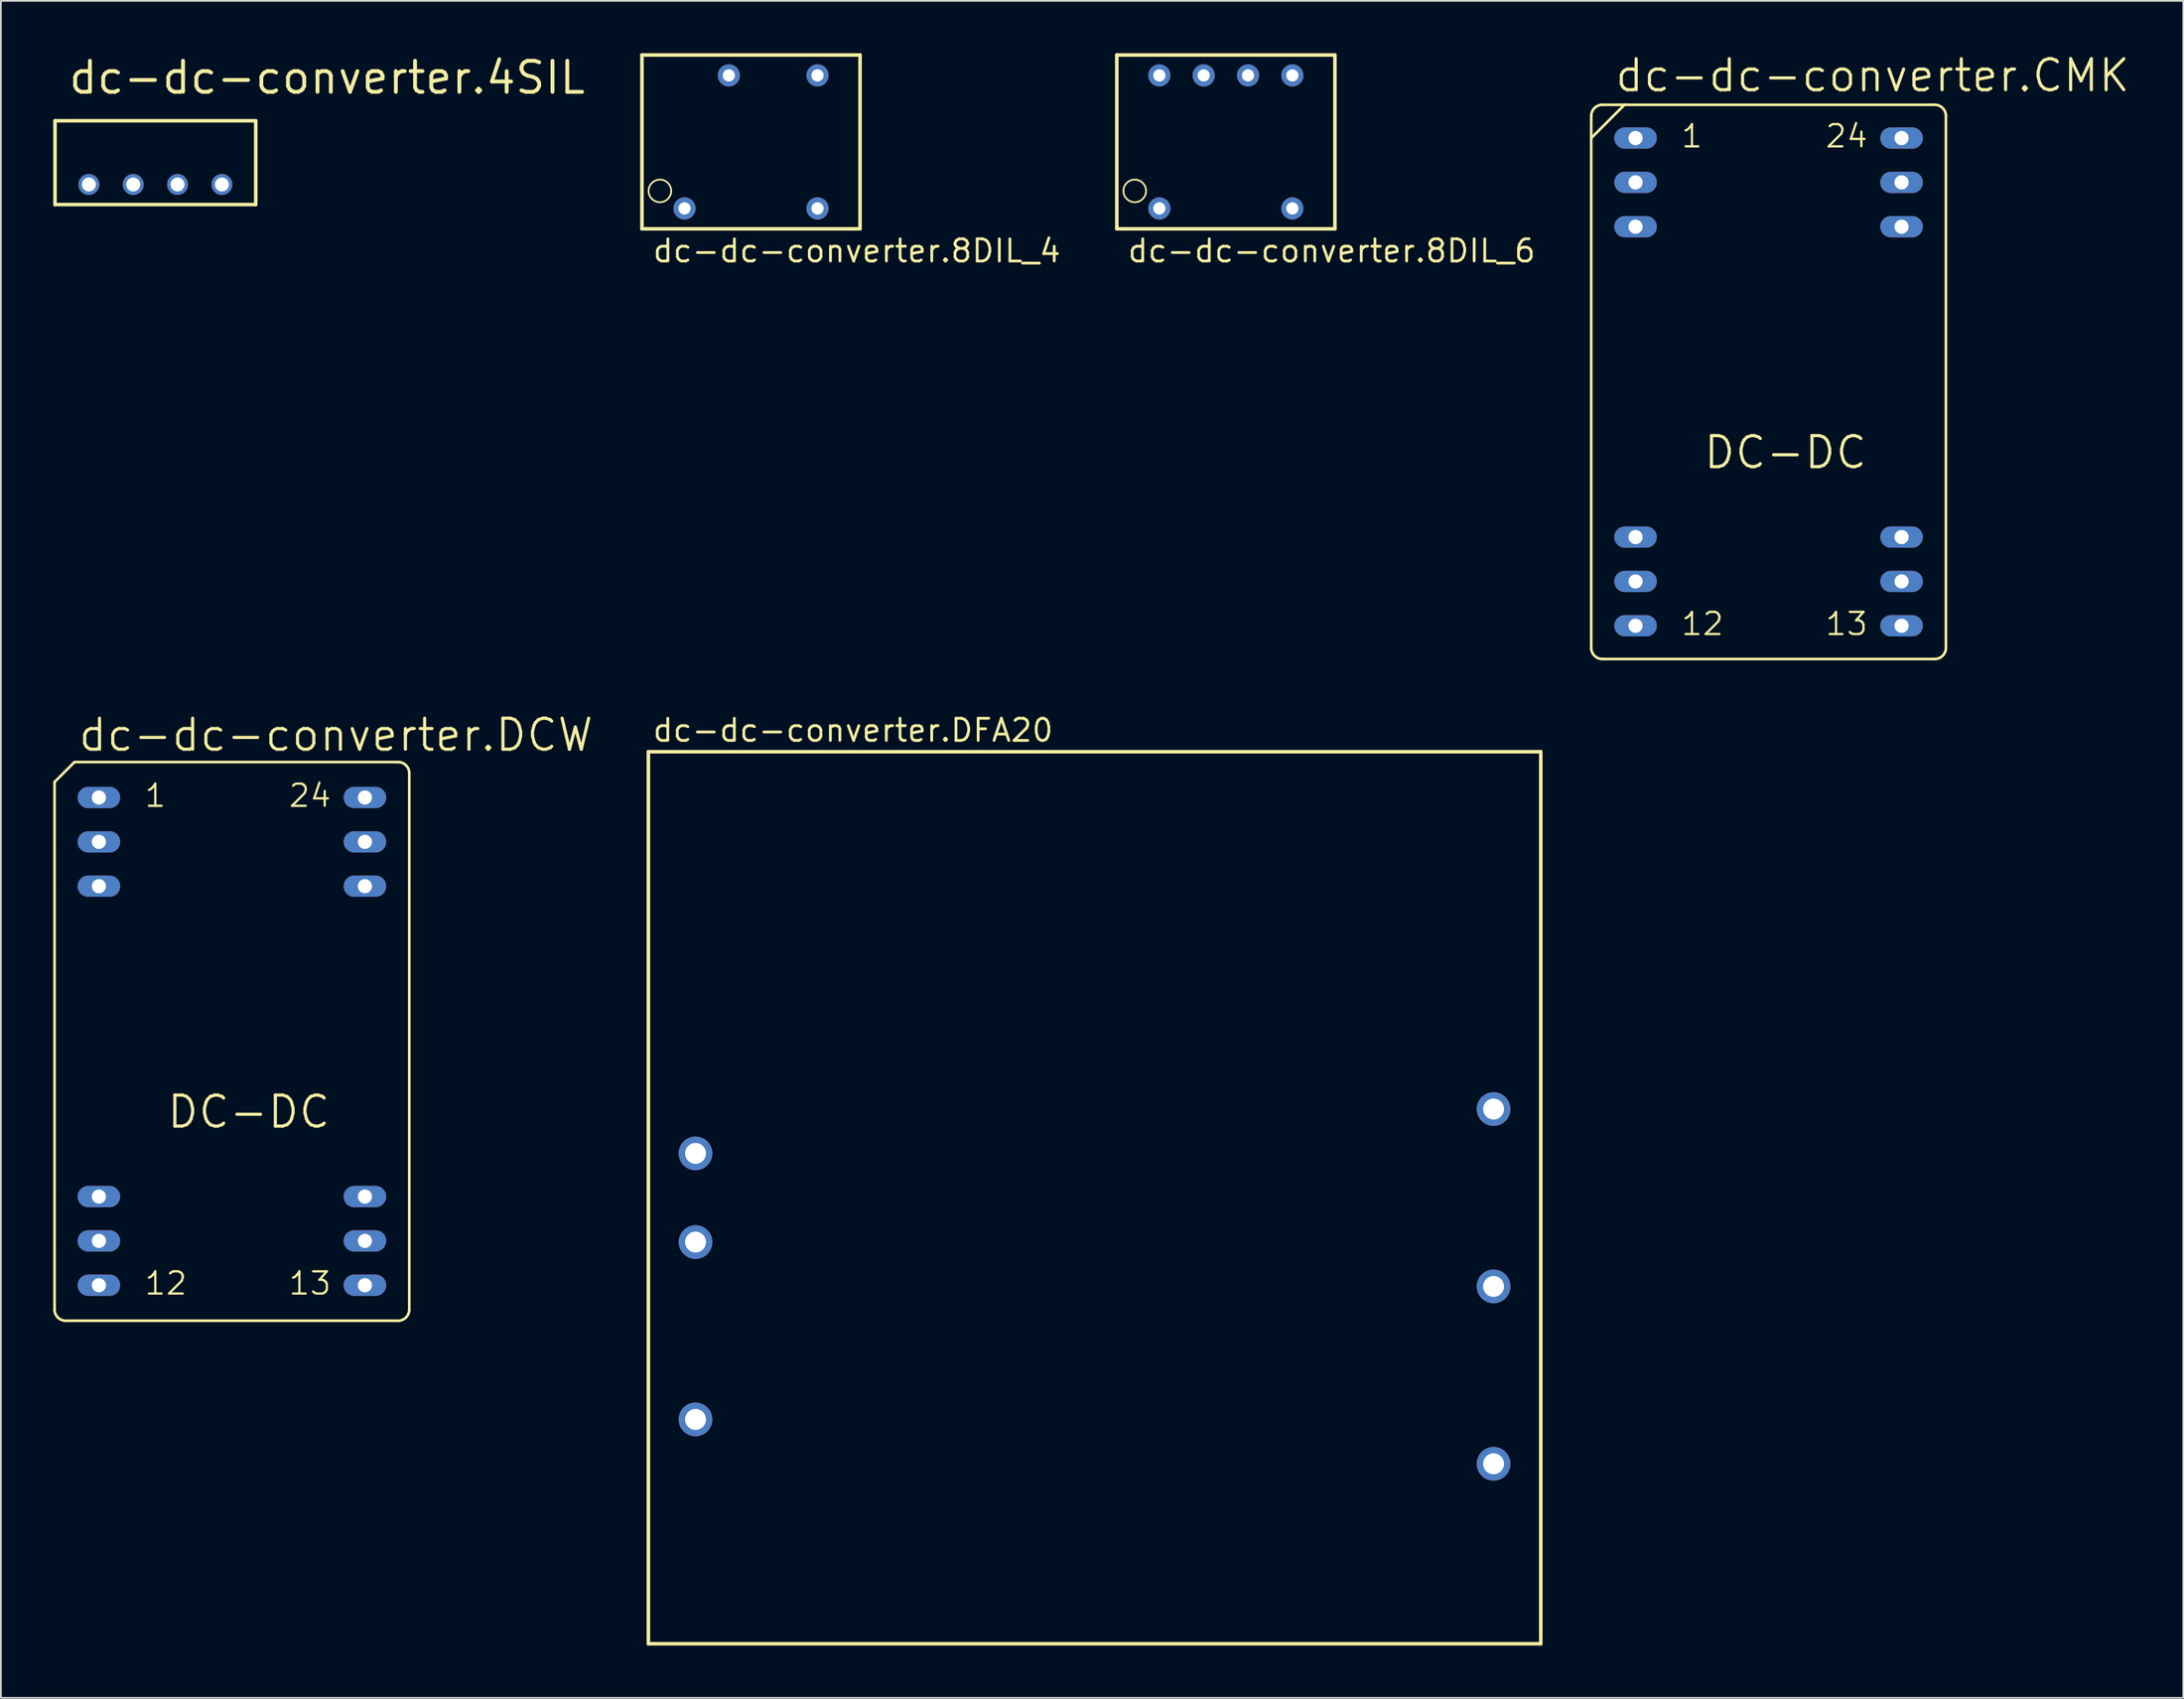
<source format=kicad_pcb>
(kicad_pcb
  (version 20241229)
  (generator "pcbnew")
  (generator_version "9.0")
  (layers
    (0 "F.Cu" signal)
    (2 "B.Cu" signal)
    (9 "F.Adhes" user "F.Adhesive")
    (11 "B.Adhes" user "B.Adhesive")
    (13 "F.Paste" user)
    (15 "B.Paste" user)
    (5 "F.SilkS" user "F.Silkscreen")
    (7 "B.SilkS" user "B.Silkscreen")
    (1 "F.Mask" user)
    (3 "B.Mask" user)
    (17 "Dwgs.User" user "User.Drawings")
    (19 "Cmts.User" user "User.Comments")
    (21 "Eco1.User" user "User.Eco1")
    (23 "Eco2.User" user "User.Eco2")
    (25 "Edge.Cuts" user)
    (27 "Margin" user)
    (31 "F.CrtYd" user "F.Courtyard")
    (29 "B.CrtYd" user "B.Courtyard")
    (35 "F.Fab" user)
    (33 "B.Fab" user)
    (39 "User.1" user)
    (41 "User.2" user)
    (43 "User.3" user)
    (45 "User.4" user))
  (footprint "dc-dc-converter.DCW"
    (layer "F.Cu")
    (at 10.236 56.607)
    (property "Reference" "dc-dc-converter.DCW" (at -8.89 -16.51 0) (layer "F.SilkS") (effects (font (size 1.778 1.778) (thickness 0.18)) (justify left bottom)))
    (attr through_hole)
    (fp_line (start -10.16 -14.859) (end -9.017 -16.002) (stroke (width 0.152) (type default)) (layer "F.SilkS"))
    (fp_line (start -10.16 15.367) (end -10.16 -14.859) (stroke (width 0.152) (type default)) (layer "F.SilkS"))
    (fp_line (start -9.525 16.002) (end 9.525 16.002) (stroke (width 0.152) (type default)) (layer "F.SilkS"))
    (fp_line (start -9.017 -16.002) (end 9.525 -16.002) (stroke (width 0.152) (type default)) (layer "F.SilkS"))
    (fp_line (start 10.16 -15.367) (end 10.16 15.367) (stroke (width 0.152) (type default)) (layer "F.SilkS"))
    (fp_arc (start -9.525 16.002) (mid -9.974013 15.816013) (end -10.16 15.367) (stroke (width 0.1524) (type default)) (layer "F.SilkS"))
    (fp_arc (start 9.525 -16.002) (mid 9.974013 -15.816013) (end 10.16 -15.367) (stroke (width 0.1524) (type default)) (layer "F.SilkS"))
    (fp_arc (start 10.16 15.367) (mid 9.974013 15.816013) (end 9.525 16.002) (stroke (width 0.1524) (type default)) (layer "F.SilkS"))
    (fp_text user "24" (at 3.175 -13.335 0) (layer "F.SilkS") (effects (font (size 1.27 1.27) (thickness 0.13)) (justify left bottom)))
    (fp_text user "13" (at 3.175 14.605 0) (layer "F.SilkS") (effects (font (size 1.27 1.27) (thickness 0.13)) (justify left bottom)))
    (fp_text user "1" (at -5.08 -13.335 0) (layer "F.SilkS") (effects (font (size 1.27 1.27) (thickness 0.13)) (justify left bottom)))
    (fp_text user "12" (at -5.08 14.605 0) (layer "F.SilkS") (effects (font (size 1.27 1.27) (thickness 0.13)) (justify left bottom)))
    (fp_text user "DC-DC" (at -3.81 5.08 0) (layer "F.SilkS") (effects (font (size 1.778 1.778) (thickness 0.18)) (justify left bottom)))
    (pad "1" thru_hole oval (at -7.62 -13.97) (size 2.438 1.219) (drill 0.813) (layers "*.Cu" "*.Mask"))
    (pad "2" thru_hole oval (at -7.62 -11.43) (size 2.438 1.219) (drill 0.813) (layers "*.Cu" "*.Mask"))
    (pad "3" thru_hole oval (at -7.62 -8.89) (size 2.438 1.219) (drill 0.813) (layers "*.Cu" "*.Mask"))
    (pad "10" thru_hole oval (at -7.62 8.89) (size 2.438 1.219) (drill 0.813) (layers "*.Cu" "*.Mask"))
    (pad "11" thru_hole oval (at -7.62 11.43) (size 2.438 1.219) (drill 0.813) (layers "*.Cu" "*.Mask"))
    (pad "12" thru_hole oval (at -7.62 13.97) (size 2.438 1.219) (drill 0.813) (layers "*.Cu" "*.Mask"))
    (pad "13" thru_hole oval (at 7.62 13.97) (size 2.438 1.219) (drill 0.813) (layers "*.Cu" "*.Mask"))
    (pad "14" thru_hole oval (at 7.62 11.43) (size 2.438 1.219) (drill 0.813) (layers "*.Cu" "*.Mask"))
    (pad "15" thru_hole oval (at 7.62 8.89) (size 2.438 1.219) (drill 0.813) (layers "*.Cu" "*.Mask"))
    (pad "22" thru_hole oval (at 7.62 -8.89) (size 2.438 1.219) (drill 0.813) (layers "*.Cu" "*.Mask"))
    (pad "23" thru_hole oval (at 7.62 -11.43) (size 2.438 1.219) (drill 0.813) (layers "*.Cu" "*.Mask"))
    (pad "24" thru_hole oval (at 7.62 -13.97) (size 2.438 1.219) (drill 0.813) (layers "*.Cu" "*.Mask")))
  (footprint "dc-dc-converter.8DIL_4"
    (layer "F.Cu")
    (at 39.975 5.08)
    (property "Reference" "dc-dc-converter.8DIL_4" (at -5.715 6.985 0) (layer "F.SilkS") (effects (font (size 1.27 1.27) (thickness 0.16)) (justify left bottom)))
    (attr through_hole)
    (fp_line (start -6.248 -4.978) (end 6.248 -4.978) (stroke (width 0.203) (type default)) (layer "F.SilkS"))
    (fp_line (start -6.248 4.978) (end -6.248 -4.978) (stroke (width 0.203) (type default)) (layer "F.SilkS"))
    (fp_line (start 6.248 -4.978) (end 6.248 4.978) (stroke (width 0.203) (type default)) (layer "F.SilkS"))
    (fp_line (start 6.248 4.978) (end -6.248 4.978) (stroke (width 0.203) (type default)) (layer "F.SilkS"))
    (fp_circle (center -5.22 2.807) (end -4.572 2.807) (stroke (width 0.1) (type default)) (fill no) (layer "F.SilkS"))
    (pad "1" thru_hole circle (at -3.81 3.81) (size 1.27 1.27) (drill 0.7) (layers "*.Cu" "*.Mask"))
    (pad "4" thru_hole circle (at 3.81 3.81) (size 1.27 1.27) (drill 0.7) (layers "*.Cu" "*.Mask"))
    (pad "5" thru_hole circle (at 3.81 -3.81) (size 1.27 1.27) (drill 0.7) (layers "*.Cu" "*.Mask"))
    (pad "7" thru_hole circle (at -1.27 -3.81) (size 1.27 1.27) (drill 0.7) (layers "*.Cu" "*.Mask")))
  (footprint "dc-dc-converter.DFA20"
    (layer "F.Cu")
    (at 59.656 65.564)
    (property "Reference" "dc-dc-converter.DFA20" (at -25.4 -26.035 0) (layer "F.SilkS") (effects (font (size 1.27 1.27) (thickness 0.16)) (justify left bottom)))
    (attr through_hole)
    (fp_line (start -25.56 -25.55) (end 25.565 -25.55) (stroke (width 0.203) (type default)) (layer "F.SilkS"))
    (fp_line (start -25.56 25.55) (end -25.56 -25.55) (stroke (width 0.203) (type default)) (layer "F.SilkS"))
    (fp_line (start 25.565 -25.55) (end 25.565 25.55) (stroke (width 0.203) (type default)) (layer "F.SilkS"))
    (fp_line (start 25.565 25.55) (end -25.56 25.55) (stroke (width 0.203) (type default)) (layer "F.SilkS"))
    (pad "1" thru_hole circle (at -22.86 -2.54 180) (size 1.93 1.93) (drill 1.2) (layers "*.Cu" "*.Mask"))
    (pad "2" thru_hole circle (at -22.86 2.54 180) (size 1.93 1.93) (drill 1.2) (layers "*.Cu" "*.Mask"))
    (pad "3" thru_hole circle (at -22.86 12.7 180) (size 1.93 1.93) (drill 1.2) (layers "*.Cu" "*.Mask"))
    (pad "5" thru_hole circle (at 22.86 -5.08 180) (size 1.93 1.93) (drill 1.2) (layers "*.Cu" "*.Mask"))
    (pad "6" thru_hole circle (at 22.86 5.08 180) (size 1.93 1.93) (drill 1.2) (layers "*.Cu" "*.Mask"))
    (pad "7" thru_hole circle (at 22.86 15.24 180) (size 1.93 1.93) (drill 1.2) (layers "*.Cu" "*.Mask")))
  (footprint "dc-dc-converter.4SIL"
    (layer "F.Cu")
    (at 5.852 7.518)
    (property "Reference" "dc-dc-converter.4SIL" (at -5.08 -5.08 0) (layer "F.SilkS") (effects (font (size 1.778 1.778) (thickness 0.22)) (justify left bottom)))
    (attr through_hole)
    (fp_line (start -5.75 -3.65) (end 5.75 -3.65) (stroke (width 0.203) (type default)) (layer "F.SilkS"))
    (fp_line (start -5.75 1.15) (end -5.75 -3.65) (stroke (width 0.203) (type default)) (layer "F.SilkS"))
    (fp_line (start 5.75 -3.65) (end 5.75 1.15) (stroke (width 0.203) (type default)) (layer "F.SilkS"))
    (fp_line (start 5.75 1.15) (end -5.75 1.15) (stroke (width 0.203) (type default)) (layer "F.SilkS"))
    (pad "1" thru_hole circle (at -3.81 0) (size 1.2 1.2) (drill 0.8) (layers "*.Cu" "*.Mask"))
    (pad "2" thru_hole circle (at -1.27 0) (size 1.2 1.2) (drill 0.8) (layers "*.Cu" "*.Mask"))
    (pad "3" thru_hole circle (at 1.27 0) (size 1.2 1.2) (drill 0.8) (layers "*.Cu" "*.Mask"))
    (pad "4" thru_hole circle (at 3.81 0) (size 1.2 1.2) (drill 0.8) (layers "*.Cu" "*.Mask")))
  (footprint "dc-dc-converter.8DIL_6"
    (layer "F.Cu")
    (at 67.179 5.08)
    (property "Reference" "dc-dc-converter.8DIL_6" (at -5.715 6.985 0) (layer "F.SilkS") (effects (font (size 1.27 1.27) (thickness 0.16)) (justify left bottom)))
    (attr through_hole)
    (fp_line (start -6.248 -4.978) (end 6.248 -4.978) (stroke (width 0.203) (type default)) (layer "F.SilkS"))
    (fp_line (start -6.248 4.978) (end -6.248 -4.978) (stroke (width 0.203) (type default)) (layer "F.SilkS"))
    (fp_line (start 6.248 -4.978) (end 6.248 4.978) (stroke (width 0.203) (type default)) (layer "F.SilkS"))
    (fp_line (start 6.248 4.978) (end -6.248 4.978) (stroke (width 0.203) (type default)) (layer "F.SilkS"))
    (fp_circle (center -5.22 2.807) (end -4.572 2.807) (stroke (width 0.1) (type default)) (fill no) (layer "F.SilkS"))
    (pad "1" thru_hole circle (at -3.81 3.81) (size 1.27 1.27) (drill 0.7) (layers "*.Cu" "*.Mask"))
    (pad "4" thru_hole circle (at 3.81 3.81) (size 1.27 1.27) (drill 0.7) (layers "*.Cu" "*.Mask"))
    (pad "5" thru_hole circle (at 3.81 -3.81) (size 1.27 1.27) (drill 0.7) (layers "*.Cu" "*.Mask"))
    (pad "6" thru_hole circle (at 1.27 -3.81) (size 1.27 1.27) (drill 0.7) (layers "*.Cu" "*.Mask"))
    (pad "7" thru_hole circle (at -1.27 -3.81) (size 1.27 1.27) (drill 0.7) (layers "*.Cu" "*.Mask"))
    (pad "8" thru_hole circle (at -3.81 -3.81) (size 1.27 1.27) (drill 0.7) (layers "*.Cu" "*.Mask")))
  (footprint "dc-dc-converter.CMK"
    (layer "F.Cu")
    (at 98.27 18.828)
    (property "Reference" "dc-dc-converter.CMK" (at -8.89 -16.51 0) (layer "F.SilkS") (effects (font (size 1.778 1.778) (thickness 0.18)) (justify left bottom)))
    (attr through_hole)
    (fp_line (start -10.16 -15.24) (end -10.16 -13.97) (stroke (width 0.152) (type default)) (layer "F.SilkS"))
    (fp_line (start -10.16 -13.97) (end -8.255 -15.875) (stroke (width 0.152) (type default)) (layer "F.SilkS"))
    (fp_line (start -10.16 15.24) (end -10.16 -13.97) (stroke (width 0.152) (type default)) (layer "F.SilkS"))
    (fp_line (start -9.525 15.875) (end 9.525 15.875) (stroke (width 0.152) (type default)) (layer "F.SilkS"))
    (fp_line (start -8.255 -15.875) (end -9.525 -15.875) (stroke (width 0.152) (type default)) (layer "F.SilkS"))
    (fp_line (start -8.255 -15.875) (end 9.525 -15.875) (stroke (width 0.152) (type default)) (layer "F.SilkS"))
    (fp_line (start 10.16 -15.24) (end 10.16 15.24) (stroke (width 0.152) (type default)) (layer "F.SilkS"))
    (fp_arc (start -10.16 -15.24) (mid -9.974013 -15.689013) (end -9.525 -15.875) (stroke (width 0.1524) (type default)) (layer "F.SilkS"))
    (fp_arc (start -9.525 15.875) (mid -9.974013 15.689013) (end -10.16 15.24) (stroke (width 0.1524) (type default)) (layer "F.SilkS"))
    (fp_arc (start 9.525 -15.875) (mid 9.974013 -15.689013) (end 10.16 -15.24) (stroke (width 0.1524) (type default)) (layer "F.SilkS"))
    (fp_arc (start 10.16 15.24) (mid 9.974013 15.689013) (end 9.525 15.875) (stroke (width 0.1524) (type default)) (layer "F.SilkS"))
    (fp_text user "13" (at 3.175 14.605 0) (layer "F.SilkS") (effects (font (size 1.27 1.27) (thickness 0.13)) (justify left bottom)))
    (fp_text user "24" (at 3.175 -13.335 0) (layer "F.SilkS") (effects (font (size 1.27 1.27) (thickness 0.13)) (justify left bottom)))
    (fp_text user "1" (at -5.08 -13.335 0) (layer "F.SilkS") (effects (font (size 1.27 1.27) (thickness 0.13)) (justify left bottom)))
    (fp_text user "DC-DC" (at -3.81 5.08 0) (layer "F.SilkS") (effects (font (size 1.778 1.778) (thickness 0.18)) (justify left bottom)))
    (fp_text user "12" (at -5.08 14.605 0) (layer "F.SilkS") (effects (font (size 1.27 1.27) (thickness 0.13)) (justify left bottom)))
    (pad "1" thru_hole oval (at -7.62 -13.97) (size 2.438 1.219) (drill 0.813) (layers "*.Cu" "*.Mask"))
    (pad "2" thru_hole oval (at -7.62 -11.43) (size 2.438 1.219) (drill 0.813) (layers "*.Cu" "*.Mask"))
    (pad "3" thru_hole oval (at -7.62 -8.89) (size 2.438 1.219) (drill 0.813) (layers "*.Cu" "*.Mask"))
    (pad "10" thru_hole oval (at -7.62 8.89) (size 2.438 1.219) (drill 0.813) (layers "*.Cu" "*.Mask"))
    (pad "11" thru_hole oval (at -7.62 11.43) (size 2.438 1.219) (drill 0.813) (layers "*.Cu" "*.Mask"))
    (pad "12" thru_hole oval (at -7.62 13.97) (size 2.438 1.219) (drill 0.813) (layers "*.Cu" "*.Mask"))
    (pad "13" thru_hole oval (at 7.62 13.97) (size 2.438 1.219) (drill 0.813) (layers "*.Cu" "*.Mask"))
    (pad "14" thru_hole oval (at 7.62 11.43) (size 2.438 1.219) (drill 0.813) (layers "*.Cu" "*.Mask"))
    (pad "15" thru_hole oval (at 7.62 8.89) (size 2.438 1.219) (drill 0.813) (layers "*.Cu" "*.Mask"))
    (pad "22" thru_hole oval (at 7.62 -8.89) (size 2.438 1.219) (drill 0.813) (layers "*.Cu" "*.Mask"))
    (pad "23" thru_hole oval (at 7.62 -11.43) (size 2.438 1.219) (drill 0.813) (layers "*.Cu" "*.Mask"))
    (pad "24" thru_hole oval (at 7.62 -13.97) (size 2.438 1.219) (drill 0.813) (layers "*.Cu" "*.Mask")))
  (gr_rect
    (start -3 -3)
    (end 122.029 94.216)
    (stroke (width 0.1) (type default))
    (fill no)
    (layer "Edge.Cuts")))
</source>
